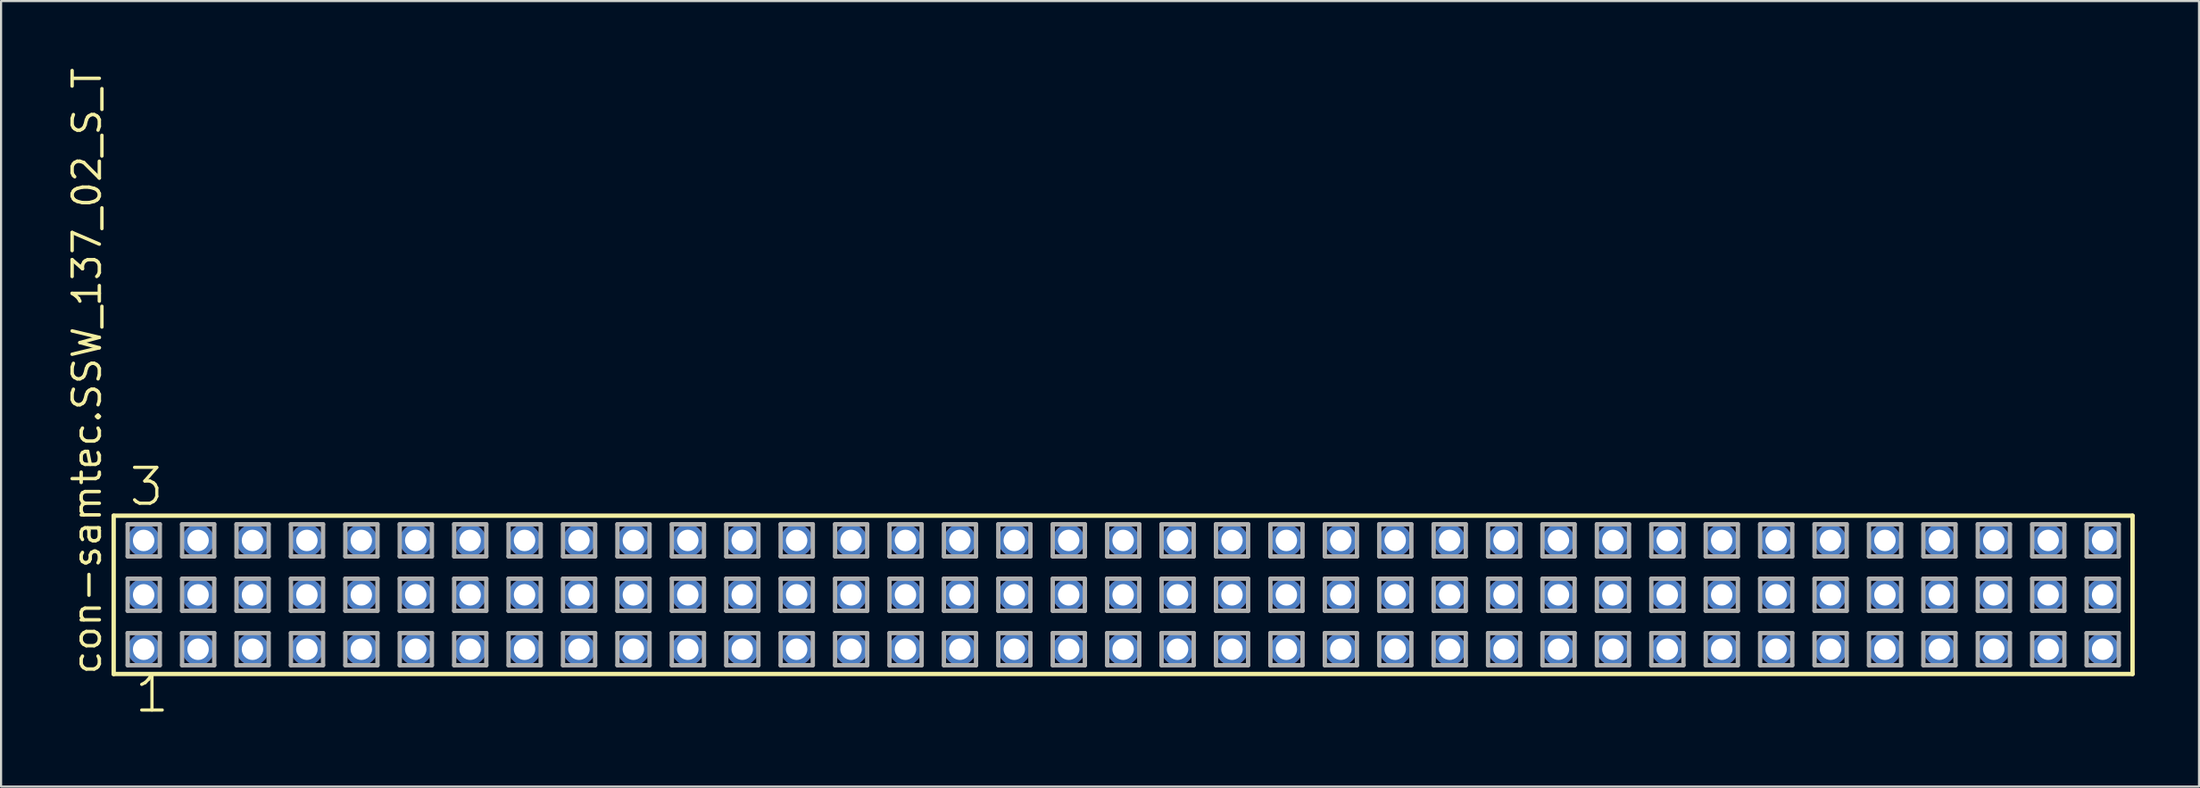
<source format=kicad_pcb>
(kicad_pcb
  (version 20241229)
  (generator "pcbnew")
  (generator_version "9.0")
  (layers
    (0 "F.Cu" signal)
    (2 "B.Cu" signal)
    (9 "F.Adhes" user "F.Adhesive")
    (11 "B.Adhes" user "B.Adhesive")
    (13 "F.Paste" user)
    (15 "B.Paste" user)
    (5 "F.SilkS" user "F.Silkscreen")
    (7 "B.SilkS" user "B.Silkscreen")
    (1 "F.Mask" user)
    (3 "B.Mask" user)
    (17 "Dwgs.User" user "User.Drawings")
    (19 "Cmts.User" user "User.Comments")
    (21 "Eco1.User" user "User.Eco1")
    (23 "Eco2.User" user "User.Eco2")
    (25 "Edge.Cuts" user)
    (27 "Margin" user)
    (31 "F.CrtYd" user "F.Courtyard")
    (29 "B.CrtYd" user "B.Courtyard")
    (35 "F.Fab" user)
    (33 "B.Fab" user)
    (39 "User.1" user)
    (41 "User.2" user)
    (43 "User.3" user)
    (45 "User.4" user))
  (footprint "con-samtec.SSW_137_02_S_T"
    (layer "F.Cu")
    (at 49.375 24.719)
    (property "Reference" "con-samtec.SSW_137_02_S_T" (at -47.625 3.81 90) (layer "F.SilkS") (effects (font (size 1.27 1.27) (thickness 0.16)) (justify left bottom)))
    (attr through_hole)
    (fp_line (start -47.119 -3.695) (end 47.119 -3.695) (stroke (width 0.203) (type default)) (layer "F.SilkS"))
    (fp_line (start -47.119 3.695) (end -47.119 -3.695) (stroke (width 0.203) (type default)) (layer "F.SilkS"))
    (fp_line (start 47.119 -3.695) (end 47.119 3.695) (stroke (width 0.203) (type default)) (layer "F.SilkS"))
    (fp_line (start 47.119 3.695) (end -47.119 3.695) (stroke (width 0.203) (type default)) (layer "F.SilkS"))
    (fp_line (start -46.465 -3.295) (end -44.965 -3.295) (stroke (width 0.203) (type default)) (layer "F.Fab"))
    (fp_line (start -46.465 -1.795) (end -46.465 -3.295) (stroke (width 0.203) (type default)) (layer "F.Fab"))
    (fp_line (start -46.465 -0.755) (end -44.965 -0.755) (stroke (width 0.203) (type default)) (layer "F.Fab"))
    (fp_line (start -46.465 0.745) (end -46.465 -0.755) (stroke (width 0.203) (type default)) (layer "F.Fab"))
    (fp_line (start -46.465 1.785) (end -44.965 1.785) (stroke (width 0.203) (type default)) (layer "F.Fab"))
    (fp_line (start -46.465 3.285) (end -46.465 1.785) (stroke (width 0.203) (type default)) (layer "F.Fab"))
    (fp_line (start -44.965 -3.295) (end -44.965 -1.795) (stroke (width 0.203) (type default)) (layer "F.Fab"))
    (fp_line (start -44.965 -1.795) (end -46.465 -1.795) (stroke (width 0.203) (type default)) (layer "F.Fab"))
    (fp_line (start -44.965 -0.755) (end -44.965 0.745) (stroke (width 0.203) (type default)) (layer "F.Fab"))
    (fp_line (start -44.965 0.745) (end -46.465 0.745) (stroke (width 0.203) (type default)) (layer "F.Fab"))
    (fp_line (start -44.965 1.785) (end -44.965 3.285) (stroke (width 0.203) (type default)) (layer "F.Fab"))
    (fp_line (start -44.965 3.285) (end -46.465 3.285) (stroke (width 0.203) (type default)) (layer "F.Fab"))
    (fp_line (start -43.925 -3.295) (end -42.425 -3.295) (stroke (width 0.203) (type default)) (layer "F.Fab"))
    (fp_line (start -43.925 -1.795) (end -43.925 -3.295) (stroke (width 0.203) (type default)) (layer "F.Fab"))
    (fp_line (start -43.925 -0.755) (end -42.425 -0.755) (stroke (width 0.203) (type default)) (layer "F.Fab"))
    (fp_line (start -43.925 0.745) (end -43.925 -0.755) (stroke (width 0.203) (type default)) (layer "F.Fab"))
    (fp_line (start -43.925 1.785) (end -42.425 1.785) (stroke (width 0.203) (type default)) (layer "F.Fab"))
    (fp_line (start -43.925 3.285) (end -43.925 1.785) (stroke (width 0.203) (type default)) (layer "F.Fab"))
    (fp_line (start -42.425 -3.295) (end -42.425 -1.795) (stroke (width 0.203) (type default)) (layer "F.Fab"))
    (fp_line (start -42.425 -1.795) (end -43.925 -1.795) (stroke (width 0.203) (type default)) (layer "F.Fab"))
    (fp_line (start -42.425 -0.755) (end -42.425 0.745) (stroke (width 0.203) (type default)) (layer "F.Fab"))
    (fp_line (start -42.425 0.745) (end -43.925 0.745) (stroke (width 0.203) (type default)) (layer "F.Fab"))
    (fp_line (start -42.425 1.785) (end -42.425 3.285) (stroke (width 0.203) (type default)) (layer "F.Fab"))
    (fp_line (start -42.425 3.285) (end -43.925 3.285) (stroke (width 0.203) (type default)) (layer "F.Fab"))
    (fp_line (start -41.385 -3.295) (end -39.885 -3.295) (stroke (width 0.203) (type default)) (layer "F.Fab"))
    (fp_line (start -41.385 -1.795) (end -41.385 -3.295) (stroke (width 0.203) (type default)) (layer "F.Fab"))
    (fp_line (start -41.385 -0.755) (end -39.885 -0.755) (stroke (width 0.203) (type default)) (layer "F.Fab"))
    (fp_line (start -41.385 0.745) (end -41.385 -0.755) (stroke (width 0.203) (type default)) (layer "F.Fab"))
    (fp_line (start -41.385 1.785) (end -39.885 1.785) (stroke (width 0.203) (type default)) (layer "F.Fab"))
    (fp_line (start -41.385 3.285) (end -41.385 1.785) (stroke (width 0.203) (type default)) (layer "F.Fab"))
    (fp_line (start -39.885 -3.295) (end -39.885 -1.795) (stroke (width 0.203) (type default)) (layer "F.Fab"))
    (fp_line (start -39.885 -1.795) (end -41.385 -1.795) (stroke (width 0.203) (type default)) (layer "F.Fab"))
    (fp_line (start -39.885 -0.755) (end -39.885 0.745) (stroke (width 0.203) (type default)) (layer "F.Fab"))
    (fp_line (start -39.885 0.745) (end -41.385 0.745) (stroke (width 0.203) (type default)) (layer "F.Fab"))
    (fp_line (start -39.885 1.785) (end -39.885 3.285) (stroke (width 0.203) (type default)) (layer "F.Fab"))
    (fp_line (start -39.885 3.285) (end -41.385 3.285) (stroke (width 0.203) (type default)) (layer "F.Fab"))
    (fp_line (start -38.845 -3.295) (end -37.345 -3.295) (stroke (width 0.203) (type default)) (layer "F.Fab"))
    (fp_line (start -38.845 -1.795) (end -38.845 -3.295) (stroke (width 0.203) (type default)) (layer "F.Fab"))
    (fp_line (start -38.845 -0.755) (end -37.345 -0.755) (stroke (width 0.203) (type default)) (layer "F.Fab"))
    (fp_line (start -38.845 0.745) (end -38.845 -0.755) (stroke (width 0.203) (type default)) (layer "F.Fab"))
    (fp_line (start -38.845 1.785) (end -37.345 1.785) (stroke (width 0.203) (type default)) (layer "F.Fab"))
    (fp_line (start -38.845 3.285) (end -38.845 1.785) (stroke (width 0.203) (type default)) (layer "F.Fab"))
    (fp_line (start -37.345 -3.295) (end -37.345 -1.795) (stroke (width 0.203) (type default)) (layer "F.Fab"))
    (fp_line (start -37.345 -1.795) (end -38.845 -1.795) (stroke (width 0.203) (type default)) (layer "F.Fab"))
    (fp_line (start -37.345 -0.755) (end -37.345 0.745) (stroke (width 0.203) (type default)) (layer "F.Fab"))
    (fp_line (start -37.345 0.745) (end -38.845 0.745) (stroke (width 0.203) (type default)) (layer "F.Fab"))
    (fp_line (start -37.345 1.785) (end -37.345 3.285) (stroke (width 0.203) (type default)) (layer "F.Fab"))
    (fp_line (start -37.345 3.285) (end -38.845 3.285) (stroke (width 0.203) (type default)) (layer "F.Fab"))
    (fp_line (start -36.305 -3.295) (end -34.805 -3.295) (stroke (width 0.203) (type default)) (layer "F.Fab"))
    (fp_line (start -36.305 -1.795) (end -36.305 -3.295) (stroke (width 0.203) (type default)) (layer "F.Fab"))
    (fp_line (start -36.305 -0.755) (end -34.805 -0.755) (stroke (width 0.203) (type default)) (layer "F.Fab"))
    (fp_line (start -36.305 0.745) (end -36.305 -0.755) (stroke (width 0.203) (type default)) (layer "F.Fab"))
    (fp_line (start -36.305 1.785) (end -34.805 1.785) (stroke (width 0.203) (type default)) (layer "F.Fab"))
    (fp_line (start -36.305 3.285) (end -36.305 1.785) (stroke (width 0.203) (type default)) (layer "F.Fab"))
    (fp_line (start -34.805 -3.295) (end -34.805 -1.795) (stroke (width 0.203) (type default)) (layer "F.Fab"))
    (fp_line (start -34.805 -1.795) (end -36.305 -1.795) (stroke (width 0.203) (type default)) (layer "F.Fab"))
    (fp_line (start -34.805 -0.755) (end -34.805 0.745) (stroke (width 0.203) (type default)) (layer "F.Fab"))
    (fp_line (start -34.805 0.745) (end -36.305 0.745) (stroke (width 0.203) (type default)) (layer "F.Fab"))
    (fp_line (start -34.805 1.785) (end -34.805 3.285) (stroke (width 0.203) (type default)) (layer "F.Fab"))
    (fp_line (start -34.805 3.285) (end -36.305 3.285) (stroke (width 0.203) (type default)) (layer "F.Fab"))
    (fp_line (start -33.765 -3.295) (end -32.265 -3.295) (stroke (width 0.203) (type default)) (layer "F.Fab"))
    (fp_line (start -33.765 -1.795) (end -33.765 -3.295) (stroke (width 0.203) (type default)) (layer "F.Fab"))
    (fp_line (start -33.765 -0.755) (end -32.265 -0.755) (stroke (width 0.203) (type default)) (layer "F.Fab"))
    (fp_line (start -33.765 0.745) (end -33.765 -0.755) (stroke (width 0.203) (type default)) (layer "F.Fab"))
    (fp_line (start -33.765 1.785) (end -32.265 1.785) (stroke (width 0.203) (type default)) (layer "F.Fab"))
    (fp_line (start -33.765 3.285) (end -33.765 1.785) (stroke (width 0.203) (type default)) (layer "F.Fab"))
    (fp_line (start -32.265 -3.295) (end -32.265 -1.795) (stroke (width 0.203) (type default)) (layer "F.Fab"))
    (fp_line (start -32.265 -1.795) (end -33.765 -1.795) (stroke (width 0.203) (type default)) (layer "F.Fab"))
    (fp_line (start -32.265 -0.755) (end -32.265 0.745) (stroke (width 0.203) (type default)) (layer "F.Fab"))
    (fp_line (start -32.265 0.745) (end -33.765 0.745) (stroke (width 0.203) (type default)) (layer "F.Fab"))
    (fp_line (start -32.265 1.785) (end -32.265 3.285) (stroke (width 0.203) (type default)) (layer "F.Fab"))
    (fp_line (start -32.265 3.285) (end -33.765 3.285) (stroke (width 0.203) (type default)) (layer "F.Fab"))
    (fp_line (start -31.225 -3.295) (end -29.725 -3.295) (stroke (width 0.203) (type default)) (layer "F.Fab"))
    (fp_line (start -31.225 -1.795) (end -31.225 -3.295) (stroke (width 0.203) (type default)) (layer "F.Fab"))
    (fp_line (start -31.225 -0.755) (end -29.725 -0.755) (stroke (width 0.203) (type default)) (layer "F.Fab"))
    (fp_line (start -31.225 0.745) (end -31.225 -0.755) (stroke (width 0.203) (type default)) (layer "F.Fab"))
    (fp_line (start -31.225 1.785) (end -29.725 1.785) (stroke (width 0.203) (type default)) (layer "F.Fab"))
    (fp_line (start -31.225 3.285) (end -31.225 1.785) (stroke (width 0.203) (type default)) (layer "F.Fab"))
    (fp_line (start -29.725 -3.295) (end -29.725 -1.795) (stroke (width 0.203) (type default)) (layer "F.Fab"))
    (fp_line (start -29.725 -1.795) (end -31.225 -1.795) (stroke (width 0.203) (type default)) (layer "F.Fab"))
    (fp_line (start -29.725 -0.755) (end -29.725 0.745) (stroke (width 0.203) (type default)) (layer "F.Fab"))
    (fp_line (start -29.725 0.745) (end -31.225 0.745) (stroke (width 0.203) (type default)) (layer "F.Fab"))
    (fp_line (start -29.725 1.785) (end -29.725 3.285) (stroke (width 0.203) (type default)) (layer "F.Fab"))
    (fp_line (start -29.725 3.285) (end -31.225 3.285) (stroke (width 0.203) (type default)) (layer "F.Fab"))
    (fp_line (start -28.685 -3.295) (end -27.185 -3.295) (stroke (width 0.203) (type default)) (layer "F.Fab"))
    (fp_line (start -28.685 -1.795) (end -28.685 -3.295) (stroke (width 0.203) (type default)) (layer "F.Fab"))
    (fp_line (start -28.685 -0.755) (end -27.185 -0.755) (stroke (width 0.203) (type default)) (layer "F.Fab"))
    (fp_line (start -28.685 0.745) (end -28.685 -0.755) (stroke (width 0.203) (type default)) (layer "F.Fab"))
    (fp_line (start -28.685 1.785) (end -27.185 1.785) (stroke (width 0.203) (type default)) (layer "F.Fab"))
    (fp_line (start -28.685 3.285) (end -28.685 1.785) (stroke (width 0.203) (type default)) (layer "F.Fab"))
    (fp_line (start -27.185 -3.295) (end -27.185 -1.795) (stroke (width 0.203) (type default)) (layer "F.Fab"))
    (fp_line (start -27.185 -1.795) (end -28.685 -1.795) (stroke (width 0.203) (type default)) (layer "F.Fab"))
    (fp_line (start -27.185 -0.755) (end -27.185 0.745) (stroke (width 0.203) (type default)) (layer "F.Fab"))
    (fp_line (start -27.185 0.745) (end -28.685 0.745) (stroke (width 0.203) (type default)) (layer "F.Fab"))
    (fp_line (start -27.185 1.785) (end -27.185 3.285) (stroke (width 0.203) (type default)) (layer "F.Fab"))
    (fp_line (start -27.185 3.285) (end -28.685 3.285) (stroke (width 0.203) (type default)) (layer "F.Fab"))
    (fp_line (start -26.145 -3.295) (end -24.645 -3.295) (stroke (width 0.203) (type default)) (layer "F.Fab"))
    (fp_line (start -26.145 -1.795) (end -26.145 -3.295) (stroke (width 0.203) (type default)) (layer "F.Fab"))
    (fp_line (start -26.145 -0.755) (end -24.645 -0.755) (stroke (width 0.203) (type default)) (layer "F.Fab"))
    (fp_line (start -26.145 0.745) (end -26.145 -0.755) (stroke (width 0.203) (type default)) (layer "F.Fab"))
    (fp_line (start -26.145 1.785) (end -24.645 1.785) (stroke (width 0.203) (type default)) (layer "F.Fab"))
    (fp_line (start -26.145 3.285) (end -26.145 1.785) (stroke (width 0.203) (type default)) (layer "F.Fab"))
    (fp_line (start -24.645 -3.295) (end -24.645 -1.795) (stroke (width 0.203) (type default)) (layer "F.Fab"))
    (fp_line (start -24.645 -1.795) (end -26.145 -1.795) (stroke (width 0.203) (type default)) (layer "F.Fab"))
    (fp_line (start -24.645 -0.755) (end -24.645 0.745) (stroke (width 0.203) (type default)) (layer "F.Fab"))
    (fp_line (start -24.645 0.745) (end -26.145 0.745) (stroke (width 0.203) (type default)) (layer "F.Fab"))
    (fp_line (start -24.645 1.785) (end -24.645 3.285) (stroke (width 0.203) (type default)) (layer "F.Fab"))
    (fp_line (start -24.645 3.285) (end -26.145 3.285) (stroke (width 0.203) (type default)) (layer "F.Fab"))
    (fp_line (start -23.605 -3.295) (end -22.105 -3.295) (stroke (width 0.203) (type default)) (layer "F.Fab"))
    (fp_line (start -23.605 -1.795) (end -23.605 -3.295) (stroke (width 0.203) (type default)) (layer "F.Fab"))
    (fp_line (start -23.605 -0.755) (end -22.105 -0.755) (stroke (width 0.203) (type default)) (layer "F.Fab"))
    (fp_line (start -23.605 0.745) (end -23.605 -0.755) (stroke (width 0.203) (type default)) (layer "F.Fab"))
    (fp_line (start -23.605 1.785) (end -22.105 1.785) (stroke (width 0.203) (type default)) (layer "F.Fab"))
    (fp_line (start -23.605 3.285) (end -23.605 1.785) (stroke (width 0.203) (type default)) (layer "F.Fab"))
    (fp_line (start -22.105 -3.295) (end -22.105 -1.795) (stroke (width 0.203) (type default)) (layer "F.Fab"))
    (fp_line (start -22.105 -1.795) (end -23.605 -1.795) (stroke (width 0.203) (type default)) (layer "F.Fab"))
    (fp_line (start -22.105 -0.755) (end -22.105 0.745) (stroke (width 0.203) (type default)) (layer "F.Fab"))
    (fp_line (start -22.105 0.745) (end -23.605 0.745) (stroke (width 0.203) (type default)) (layer "F.Fab"))
    (fp_line (start -22.105 1.785) (end -22.105 3.285) (stroke (width 0.203) (type default)) (layer "F.Fab"))
    (fp_line (start -22.105 3.285) (end -23.605 3.285) (stroke (width 0.203) (type default)) (layer "F.Fab"))
    (fp_line (start -21.065 -3.295) (end -19.565 -3.295) (stroke (width 0.203) (type default)) (layer "F.Fab"))
    (fp_line (start -21.065 -1.795) (end -21.065 -3.295) (stroke (width 0.203) (type default)) (layer "F.Fab"))
    (fp_line (start -21.065 -0.755) (end -19.565 -0.755) (stroke (width 0.203) (type default)) (layer "F.Fab"))
    (fp_line (start -21.065 0.745) (end -21.065 -0.755) (stroke (width 0.203) (type default)) (layer "F.Fab"))
    (fp_line (start -21.065 1.785) (end -19.565 1.785) (stroke (width 0.203) (type default)) (layer "F.Fab"))
    (fp_line (start -21.065 3.285) (end -21.065 1.785) (stroke (width 0.203) (type default)) (layer "F.Fab"))
    (fp_line (start -19.565 -3.295) (end -19.565 -1.795) (stroke (width 0.203) (type default)) (layer "F.Fab"))
    (fp_line (start -19.565 -1.795) (end -21.065 -1.795) (stroke (width 0.203) (type default)) (layer "F.Fab"))
    (fp_line (start -19.565 -0.755) (end -19.565 0.745) (stroke (width 0.203) (type default)) (layer "F.Fab"))
    (fp_line (start -19.565 0.745) (end -21.065 0.745) (stroke (width 0.203) (type default)) (layer "F.Fab"))
    (fp_line (start -19.565 1.785) (end -19.565 3.285) (stroke (width 0.203) (type default)) (layer "F.Fab"))
    (fp_line (start -19.565 3.285) (end -21.065 3.285) (stroke (width 0.203) (type default)) (layer "F.Fab"))
    (fp_line (start -18.525 -3.295) (end -17.025 -3.295) (stroke (width 0.203) (type default)) (layer "F.Fab"))
    (fp_line (start -18.525 -1.795) (end -18.525 -3.295) (stroke (width 0.203) (type default)) (layer "F.Fab"))
    (fp_line (start -18.525 -0.755) (end -17.025 -0.755) (stroke (width 0.203) (type default)) (layer "F.Fab"))
    (fp_line (start -18.525 0.745) (end -18.525 -0.755) (stroke (width 0.203) (type default)) (layer "F.Fab"))
    (fp_line (start -18.525 1.785) (end -17.025 1.785) (stroke (width 0.203) (type default)) (layer "F.Fab"))
    (fp_line (start -18.525 3.285) (end -18.525 1.785) (stroke (width 0.203) (type default)) (layer "F.Fab"))
    (fp_line (start -17.025 -3.295) (end -17.025 -1.795) (stroke (width 0.203) (type default)) (layer "F.Fab"))
    (fp_line (start -17.025 -1.795) (end -18.525 -1.795) (stroke (width 0.203) (type default)) (layer "F.Fab"))
    (fp_line (start -17.025 -0.755) (end -17.025 0.745) (stroke (width 0.203) (type default)) (layer "F.Fab"))
    (fp_line (start -17.025 0.745) (end -18.525 0.745) (stroke (width 0.203) (type default)) (layer "F.Fab"))
    (fp_line (start -17.025 1.785) (end -17.025 3.285) (stroke (width 0.203) (type default)) (layer "F.Fab"))
    (fp_line (start -17.025 3.285) (end -18.525 3.285) (stroke (width 0.203) (type default)) (layer "F.Fab"))
    (fp_line (start -15.985 -3.295) (end -14.485 -3.295) (stroke (width 0.203) (type default)) (layer "F.Fab"))
    (fp_line (start -15.985 -1.795) (end -15.985 -3.295) (stroke (width 0.203) (type default)) (layer "F.Fab"))
    (fp_line (start -15.985 -0.755) (end -14.485 -0.755) (stroke (width 0.203) (type default)) (layer "F.Fab"))
    (fp_line (start -15.985 0.745) (end -15.985 -0.755) (stroke (width 0.203) (type default)) (layer "F.Fab"))
    (fp_line (start -15.985 1.785) (end -14.485 1.785) (stroke (width 0.203) (type default)) (layer "F.Fab"))
    (fp_line (start -15.985 3.285) (end -15.985 1.785) (stroke (width 0.203) (type default)) (layer "F.Fab"))
    (fp_line (start -14.485 -3.295) (end -14.485 -1.795) (stroke (width 0.203) (type default)) (layer "F.Fab"))
    (fp_line (start -14.485 -1.795) (end -15.985 -1.795) (stroke (width 0.203) (type default)) (layer "F.Fab"))
    (fp_line (start -14.485 -0.755) (end -14.485 0.745) (stroke (width 0.203) (type default)) (layer "F.Fab"))
    (fp_line (start -14.485 0.745) (end -15.985 0.745) (stroke (width 0.203) (type default)) (layer "F.Fab"))
    (fp_line (start -14.485 1.785) (end -14.485 3.285) (stroke (width 0.203) (type default)) (layer "F.Fab"))
    (fp_line (start -14.485 3.285) (end -15.985 3.285) (stroke (width 0.203) (type default)) (layer "F.Fab"))
    (fp_line (start -13.445 -3.295) (end -11.945 -3.295) (stroke (width 0.203) (type default)) (layer "F.Fab"))
    (fp_line (start -13.445 -1.795) (end -13.445 -3.295) (stroke (width 0.203) (type default)) (layer "F.Fab"))
    (fp_line (start -13.445 -0.755) (end -11.945 -0.755) (stroke (width 0.203) (type default)) (layer "F.Fab"))
    (fp_line (start -13.445 0.745) (end -13.445 -0.755) (stroke (width 0.203) (type default)) (layer "F.Fab"))
    (fp_line (start -13.445 1.785) (end -11.945 1.785) (stroke (width 0.203) (type default)) (layer "F.Fab"))
    (fp_line (start -13.445 3.285) (end -13.445 1.785) (stroke (width 0.203) (type default)) (layer "F.Fab"))
    (fp_line (start -11.945 -3.295) (end -11.945 -1.795) (stroke (width 0.203) (type default)) (layer "F.Fab"))
    (fp_line (start -11.945 -1.795) (end -13.445 -1.795) (stroke (width 0.203) (type default)) (layer "F.Fab"))
    (fp_line (start -11.945 -0.755) (end -11.945 0.745) (stroke (width 0.203) (type default)) (layer "F.Fab"))
    (fp_line (start -11.945 0.745) (end -13.445 0.745) (stroke (width 0.203) (type default)) (layer "F.Fab"))
    (fp_line (start -11.945 1.785) (end -11.945 3.285) (stroke (width 0.203) (type default)) (layer "F.Fab"))
    (fp_line (start -11.945 3.285) (end -13.445 3.285) (stroke (width 0.203) (type default)) (layer "F.Fab"))
    (fp_line (start -10.905 -3.295) (end -9.405 -3.295) (stroke (width 0.203) (type default)) (layer "F.Fab"))
    (fp_line (start -10.905 -1.795) (end -10.905 -3.295) (stroke (width 0.203) (type default)) (layer "F.Fab"))
    (fp_line (start -10.905 -0.755) (end -9.405 -0.755) (stroke (width 0.203) (type default)) (layer "F.Fab"))
    (fp_line (start -10.905 0.745) (end -10.905 -0.755) (stroke (width 0.203) (type default)) (layer "F.Fab"))
    (fp_line (start -10.905 1.785) (end -9.405 1.785) (stroke (width 0.203) (type default)) (layer "F.Fab"))
    (fp_line (start -10.905 3.285) (end -10.905 1.785) (stroke (width 0.203) (type default)) (layer "F.Fab"))
    (fp_line (start -9.405 -3.295) (end -9.405 -1.795) (stroke (width 0.203) (type default)) (layer "F.Fab"))
    (fp_line (start -9.405 -1.795) (end -10.905 -1.795) (stroke (width 0.203) (type default)) (layer "F.Fab"))
    (fp_line (start -9.405 -0.755) (end -9.405 0.745) (stroke (width 0.203) (type default)) (layer "F.Fab"))
    (fp_line (start -9.405 0.745) (end -10.905 0.745) (stroke (width 0.203) (type default)) (layer "F.Fab"))
    (fp_line (start -9.405 1.785) (end -9.405 3.285) (stroke (width 0.203) (type default)) (layer "F.Fab"))
    (fp_line (start -9.405 3.285) (end -10.905 3.285) (stroke (width 0.203) (type default)) (layer "F.Fab"))
    (fp_line (start -8.365 -3.295) (end -6.865 -3.295) (stroke (width 0.203) (type default)) (layer "F.Fab"))
    (fp_line (start -8.365 -1.795) (end -8.365 -3.295) (stroke (width 0.203) (type default)) (layer "F.Fab"))
    (fp_line (start -8.365 -0.755) (end -6.865 -0.755) (stroke (width 0.203) (type default)) (layer "F.Fab"))
    (fp_line (start -8.365 0.745) (end -8.365 -0.755) (stroke (width 0.203) (type default)) (layer "F.Fab"))
    (fp_line (start -8.365 1.785) (end -6.865 1.785) (stroke (width 0.203) (type default)) (layer "F.Fab"))
    (fp_line (start -8.365 3.285) (end -8.365 1.785) (stroke (width 0.203) (type default)) (layer "F.Fab"))
    (fp_line (start -6.865 -3.295) (end -6.865 -1.795) (stroke (width 0.203) (type default)) (layer "F.Fab"))
    (fp_line (start -6.865 -1.795) (end -8.365 -1.795) (stroke (width 0.203) (type default)) (layer "F.Fab"))
    (fp_line (start -6.865 -0.755) (end -6.865 0.745) (stroke (width 0.203) (type default)) (layer "F.Fab"))
    (fp_line (start -6.865 0.745) (end -8.365 0.745) (stroke (width 0.203) (type default)) (layer "F.Fab"))
    (fp_line (start -6.865 1.785) (end -6.865 3.285) (stroke (width 0.203) (type default)) (layer "F.Fab"))
    (fp_line (start -6.865 3.285) (end -8.365 3.285) (stroke (width 0.203) (type default)) (layer "F.Fab"))
    (fp_line (start -5.825 -3.295) (end -4.325 -3.295) (stroke (width 0.203) (type default)) (layer "F.Fab"))
    (fp_line (start -5.825 -1.795) (end -5.825 -3.295) (stroke (width 0.203) (type default)) (layer "F.Fab"))
    (fp_line (start -5.825 -0.755) (end -4.325 -0.755) (stroke (width 0.203) (type default)) (layer "F.Fab"))
    (fp_line (start -5.825 0.745) (end -5.825 -0.755) (stroke (width 0.203) (type default)) (layer "F.Fab"))
    (fp_line (start -5.825 1.785) (end -4.325 1.785) (stroke (width 0.203) (type default)) (layer "F.Fab"))
    (fp_line (start -5.825 3.285) (end -5.825 1.785) (stroke (width 0.203) (type default)) (layer "F.Fab"))
    (fp_line (start -4.325 -3.295) (end -4.325 -1.795) (stroke (width 0.203) (type default)) (layer "F.Fab"))
    (fp_line (start -4.325 -1.795) (end -5.825 -1.795) (stroke (width 0.203) (type default)) (layer "F.Fab"))
    (fp_line (start -4.325 -0.755) (end -4.325 0.745) (stroke (width 0.203) (type default)) (layer "F.Fab"))
    (fp_line (start -4.325 0.745) (end -5.825 0.745) (stroke (width 0.203) (type default)) (layer "F.Fab"))
    (fp_line (start -4.325 1.785) (end -4.325 3.285) (stroke (width 0.203) (type default)) (layer "F.Fab"))
    (fp_line (start -4.325 3.285) (end -5.825 3.285) (stroke (width 0.203) (type default)) (layer "F.Fab"))
    (fp_line (start -3.285 -3.295) (end -1.785 -3.295) (stroke (width 0.203) (type default)) (layer "F.Fab"))
    (fp_line (start -3.285 -1.795) (end -3.285 -3.295) (stroke (width 0.203) (type default)) (layer "F.Fab"))
    (fp_line (start -3.285 -0.755) (end -1.785 -0.755) (stroke (width 0.203) (type default)) (layer "F.Fab"))
    (fp_line (start -3.285 0.745) (end -3.285 -0.755) (stroke (width 0.203) (type default)) (layer "F.Fab"))
    (fp_line (start -3.285 1.785) (end -1.785 1.785) (stroke (width 0.203) (type default)) (layer "F.Fab"))
    (fp_line (start -3.285 3.285) (end -3.285 1.785) (stroke (width 0.203) (type default)) (layer "F.Fab"))
    (fp_line (start -1.785 -3.295) (end -1.785 -1.795) (stroke (width 0.203) (type default)) (layer "F.Fab"))
    (fp_line (start -1.785 -1.795) (end -3.285 -1.795) (stroke (width 0.203) (type default)) (layer "F.Fab"))
    (fp_line (start -1.785 -0.755) (end -1.785 0.745) (stroke (width 0.203) (type default)) (layer "F.Fab"))
    (fp_line (start -1.785 0.745) (end -3.285 0.745) (stroke (width 0.203) (type default)) (layer "F.Fab"))
    (fp_line (start -1.785 1.785) (end -1.785 3.285) (stroke (width 0.203) (type default)) (layer "F.Fab"))
    (fp_line (start -1.785 3.285) (end -3.285 3.285) (stroke (width 0.203) (type default)) (layer "F.Fab"))
    (fp_line (start -0.745 -3.295) (end 0.755 -3.295) (stroke (width 0.203) (type default)) (layer "F.Fab"))
    (fp_line (start -0.745 -1.795) (end -0.745 -3.295) (stroke (width 0.203) (type default)) (layer "F.Fab"))
    (fp_line (start -0.745 -0.755) (end 0.755 -0.755) (stroke (width 0.203) (type default)) (layer "F.Fab"))
    (fp_line (start -0.745 0.745) (end -0.745 -0.755) (stroke (width 0.203) (type default)) (layer "F.Fab"))
    (fp_line (start -0.745 1.785) (end 0.755 1.785) (stroke (width 0.203) (type default)) (layer "F.Fab"))
    (fp_line (start -0.745 3.285) (end -0.745 1.785) (stroke (width 0.203) (type default)) (layer "F.Fab"))
    (fp_line (start 0.755 -3.295) (end 0.755 -1.795) (stroke (width 0.203) (type default)) (layer "F.Fab"))
    (fp_line (start 0.755 -1.795) (end -0.745 -1.795) (stroke (width 0.203) (type default)) (layer "F.Fab"))
    (fp_line (start 0.755 -0.755) (end 0.755 0.745) (stroke (width 0.203) (type default)) (layer "F.Fab"))
    (fp_line (start 0.755 0.745) (end -0.745 0.745) (stroke (width 0.203) (type default)) (layer "F.Fab"))
    (fp_line (start 0.755 1.785) (end 0.755 3.285) (stroke (width 0.203) (type default)) (layer "F.Fab"))
    (fp_line (start 0.755 3.285) (end -0.745 3.285) (stroke (width 0.203) (type default)) (layer "F.Fab"))
    (fp_line (start 1.795 -3.295) (end 3.295 -3.295) (stroke (width 0.203) (type default)) (layer "F.Fab"))
    (fp_line (start 1.795 -1.795) (end 1.795 -3.295) (stroke (width 0.203) (type default)) (layer "F.Fab"))
    (fp_line (start 1.795 -0.755) (end 3.295 -0.755) (stroke (width 0.203) (type default)) (layer "F.Fab"))
    (fp_line (start 1.795 0.745) (end 1.795 -0.755) (stroke (width 0.203) (type default)) (layer "F.Fab"))
    (fp_line (start 1.795 1.785) (end 3.295 1.785) (stroke (width 0.203) (type default)) (layer "F.Fab"))
    (fp_line (start 1.795 3.285) (end 1.795 1.785) (stroke (width 0.203) (type default)) (layer "F.Fab"))
    (fp_line (start 3.295 -3.295) (end 3.295 -1.795) (stroke (width 0.203) (type default)) (layer "F.Fab"))
    (fp_line (start 3.295 -1.795) (end 1.795 -1.795) (stroke (width 0.203) (type default)) (layer "F.Fab"))
    (fp_line (start 3.295 -0.755) (end 3.295 0.745) (stroke (width 0.203) (type default)) (layer "F.Fab"))
    (fp_line (start 3.295 0.745) (end 1.795 0.745) (stroke (width 0.203) (type default)) (layer "F.Fab"))
    (fp_line (start 3.295 1.785) (end 3.295 3.285) (stroke (width 0.203) (type default)) (layer "F.Fab"))
    (fp_line (start 3.295 3.285) (end 1.795 3.285) (stroke (width 0.203) (type default)) (layer "F.Fab"))
    (fp_line (start 4.335 -3.295) (end 5.835 -3.295) (stroke (width 0.203) (type default)) (layer "F.Fab"))
    (fp_line (start 4.335 -1.795) (end 4.335 -3.295) (stroke (width 0.203) (type default)) (layer "F.Fab"))
    (fp_line (start 4.335 -0.755) (end 5.835 -0.755) (stroke (width 0.203) (type default)) (layer "F.Fab"))
    (fp_line (start 4.335 0.745) (end 4.335 -0.755) (stroke (width 0.203) (type default)) (layer "F.Fab"))
    (fp_line (start 4.335 1.785) (end 5.835 1.785) (stroke (width 0.203) (type default)) (layer "F.Fab"))
    (fp_line (start 4.335 3.285) (end 4.335 1.785) (stroke (width 0.203) (type default)) (layer "F.Fab"))
    (fp_line (start 5.835 -3.295) (end 5.835 -1.795) (stroke (width 0.203) (type default)) (layer "F.Fab"))
    (fp_line (start 5.835 -1.795) (end 4.335 -1.795) (stroke (width 0.203) (type default)) (layer "F.Fab"))
    (fp_line (start 5.835 -0.755) (end 5.835 0.745) (stroke (width 0.203) (type default)) (layer "F.Fab"))
    (fp_line (start 5.835 0.745) (end 4.335 0.745) (stroke (width 0.203) (type default)) (layer "F.Fab"))
    (fp_line (start 5.835 1.785) (end 5.835 3.285) (stroke (width 0.203) (type default)) (layer "F.Fab"))
    (fp_line (start 5.835 3.285) (end 4.335 3.285) (stroke (width 0.203) (type default)) (layer "F.Fab"))
    (fp_line (start 6.875 -3.295) (end 8.375 -3.295) (stroke (width 0.203) (type default)) (layer "F.Fab"))
    (fp_line (start 6.875 -1.795) (end 6.875 -3.295) (stroke (width 0.203) (type default)) (layer "F.Fab"))
    (fp_line (start 6.875 -0.755) (end 8.375 -0.755) (stroke (width 0.203) (type default)) (layer "F.Fab"))
    (fp_line (start 6.875 0.745) (end 6.875 -0.755) (stroke (width 0.203) (type default)) (layer "F.Fab"))
    (fp_line (start 6.875 1.785) (end 8.375 1.785) (stroke (width 0.203) (type default)) (layer "F.Fab"))
    (fp_line (start 6.875 3.285) (end 6.875 1.785) (stroke (width 0.203) (type default)) (layer "F.Fab"))
    (fp_line (start 8.375 -3.295) (end 8.375 -1.795) (stroke (width 0.203) (type default)) (layer "F.Fab"))
    (fp_line (start 8.375 -1.795) (end 6.875 -1.795) (stroke (width 0.203) (type default)) (layer "F.Fab"))
    (fp_line (start 8.375 -0.755) (end 8.375 0.745) (stroke (width 0.203) (type default)) (layer "F.Fab"))
    (fp_line (start 8.375 0.745) (end 6.875 0.745) (stroke (width 0.203) (type default)) (layer "F.Fab"))
    (fp_line (start 8.375 1.785) (end 8.375 3.285) (stroke (width 0.203) (type default)) (layer "F.Fab"))
    (fp_line (start 8.375 3.285) (end 6.875 3.285) (stroke (width 0.203) (type default)) (layer "F.Fab"))
    (fp_line (start 9.415 -3.295) (end 10.915 -3.295) (stroke (width 0.203) (type default)) (layer "F.Fab"))
    (fp_line (start 9.415 -1.795) (end 9.415 -3.295) (stroke (width 0.203) (type default)) (layer "F.Fab"))
    (fp_line (start 9.415 -0.755) (end 10.915 -0.755) (stroke (width 0.203) (type default)) (layer "F.Fab"))
    (fp_line (start 9.415 0.745) (end 9.415 -0.755) (stroke (width 0.203) (type default)) (layer "F.Fab"))
    (fp_line (start 9.415 1.785) (end 10.915 1.785) (stroke (width 0.203) (type default)) (layer "F.Fab"))
    (fp_line (start 9.415 3.285) (end 9.415 1.785) (stroke (width 0.203) (type default)) (layer "F.Fab"))
    (fp_line (start 10.915 -3.295) (end 10.915 -1.795) (stroke (width 0.203) (type default)) (layer "F.Fab"))
    (fp_line (start 10.915 -1.795) (end 9.415 -1.795) (stroke (width 0.203) (type default)) (layer "F.Fab"))
    (fp_line (start 10.915 -0.755) (end 10.915 0.745) (stroke (width 0.203) (type default)) (layer "F.Fab"))
    (fp_line (start 10.915 0.745) (end 9.415 0.745) (stroke (width 0.203) (type default)) (layer "F.Fab"))
    (fp_line (start 10.915 1.785) (end 10.915 3.285) (stroke (width 0.203) (type default)) (layer "F.Fab"))
    (fp_line (start 10.915 3.285) (end 9.415 3.285) (stroke (width 0.203) (type default)) (layer "F.Fab"))
    (fp_line (start 11.955 -3.295) (end 13.455 -3.295) (stroke (width 0.203) (type default)) (layer "F.Fab"))
    (fp_line (start 11.955 -1.795) (end 11.955 -3.295) (stroke (width 0.203) (type default)) (layer "F.Fab"))
    (fp_line (start 11.955 -0.755) (end 13.455 -0.755) (stroke (width 0.203) (type default)) (layer "F.Fab"))
    (fp_line (start 11.955 0.745) (end 11.955 -0.755) (stroke (width 0.203) (type default)) (layer "F.Fab"))
    (fp_line (start 11.955 1.785) (end 13.455 1.785) (stroke (width 0.203) (type default)) (layer "F.Fab"))
    (fp_line (start 11.955 3.285) (end 11.955 1.785) (stroke (width 0.203) (type default)) (layer "F.Fab"))
    (fp_line (start 13.455 -3.295) (end 13.455 -1.795) (stroke (width 0.203) (type default)) (layer "F.Fab"))
    (fp_line (start 13.455 -1.795) (end 11.955 -1.795) (stroke (width 0.203) (type default)) (layer "F.Fab"))
    (fp_line (start 13.455 -0.755) (end 13.455 0.745) (stroke (width 0.203) (type default)) (layer "F.Fab"))
    (fp_line (start 13.455 0.745) (end 11.955 0.745) (stroke (width 0.203) (type default)) (layer "F.Fab"))
    (fp_line (start 13.455 1.785) (end 13.455 3.285) (stroke (width 0.203) (type default)) (layer "F.Fab"))
    (fp_line (start 13.455 3.285) (end 11.955 3.285) (stroke (width 0.203) (type default)) (layer "F.Fab"))
    (fp_line (start 14.495 -3.295) (end 15.995 -3.295) (stroke (width 0.203) (type default)) (layer "F.Fab"))
    (fp_line (start 14.495 -1.795) (end 14.495 -3.295) (stroke (width 0.203) (type default)) (layer "F.Fab"))
    (fp_line (start 14.495 -0.755) (end 15.995 -0.755) (stroke (width 0.203) (type default)) (layer "F.Fab"))
    (fp_line (start 14.495 0.745) (end 14.495 -0.755) (stroke (width 0.203) (type default)) (layer "F.Fab"))
    (fp_line (start 14.495 1.785) (end 15.995 1.785) (stroke (width 0.203) (type default)) (layer "F.Fab"))
    (fp_line (start 14.495 3.285) (end 14.495 1.785) (stroke (width 0.203) (type default)) (layer "F.Fab"))
    (fp_line (start 15.995 -3.295) (end 15.995 -1.795) (stroke (width 0.203) (type default)) (layer "F.Fab"))
    (fp_line (start 15.995 -1.795) (end 14.495 -1.795) (stroke (width 0.203) (type default)) (layer "F.Fab"))
    (fp_line (start 15.995 -0.755) (end 15.995 0.745) (stroke (width 0.203) (type default)) (layer "F.Fab"))
    (fp_line (start 15.995 0.745) (end 14.495 0.745) (stroke (width 0.203) (type default)) (layer "F.Fab"))
    (fp_line (start 15.995 1.785) (end 15.995 3.285) (stroke (width 0.203) (type default)) (layer "F.Fab"))
    (fp_line (start 15.995 3.285) (end 14.495 3.285) (stroke (width 0.203) (type default)) (layer "F.Fab"))
    (fp_line (start 17.035 -3.295) (end 18.535 -3.295) (stroke (width 0.203) (type default)) (layer "F.Fab"))
    (fp_line (start 17.035 -1.795) (end 17.035 -3.295) (stroke (width 0.203) (type default)) (layer "F.Fab"))
    (fp_line (start 17.035 -0.755) (end 18.535 -0.755) (stroke (width 0.203) (type default)) (layer "F.Fab"))
    (fp_line (start 17.035 0.745) (end 17.035 -0.755) (stroke (width 0.203) (type default)) (layer "F.Fab"))
    (fp_line (start 17.035 1.785) (end 18.535 1.785) (stroke (width 0.203) (type default)) (layer "F.Fab"))
    (fp_line (start 17.035 3.285) (end 17.035 1.785) (stroke (width 0.203) (type default)) (layer "F.Fab"))
    (fp_line (start 18.535 -3.295) (end 18.535 -1.795) (stroke (width 0.203) (type default)) (layer "F.Fab"))
    (fp_line (start 18.535 -1.795) (end 17.035 -1.795) (stroke (width 0.203) (type default)) (layer "F.Fab"))
    (fp_line (start 18.535 -0.755) (end 18.535 0.745) (stroke (width 0.203) (type default)) (layer "F.Fab"))
    (fp_line (start 18.535 0.745) (end 17.035 0.745) (stroke (width 0.203) (type default)) (layer "F.Fab"))
    (fp_line (start 18.535 1.785) (end 18.535 3.285) (stroke (width 0.203) (type default)) (layer "F.Fab"))
    (fp_line (start 18.535 3.285) (end 17.035 3.285) (stroke (width 0.203) (type default)) (layer "F.Fab"))
    (fp_line (start 19.575 -3.295) (end 21.075 -3.295) (stroke (width 0.203) (type default)) (layer "F.Fab"))
    (fp_line (start 19.575 -1.795) (end 19.575 -3.295) (stroke (width 0.203) (type default)) (layer "F.Fab"))
    (fp_line (start 19.575 -0.755) (end 21.075 -0.755) (stroke (width 0.203) (type default)) (layer "F.Fab"))
    (fp_line (start 19.575 0.745) (end 19.575 -0.755) (stroke (width 0.203) (type default)) (layer "F.Fab"))
    (fp_line (start 19.575 1.785) (end 21.075 1.785) (stroke (width 0.203) (type default)) (layer "F.Fab"))
    (fp_line (start 19.575 3.285) (end 19.575 1.785) (stroke (width 0.203) (type default)) (layer "F.Fab"))
    (fp_line (start 21.075 -3.295) (end 21.075 -1.795) (stroke (width 0.203) (type default)) (layer "F.Fab"))
    (fp_line (start 21.075 -1.795) (end 19.575 -1.795) (stroke (width 0.203) (type default)) (layer "F.Fab"))
    (fp_line (start 21.075 -0.755) (end 21.075 0.745) (stroke (width 0.203) (type default)) (layer "F.Fab"))
    (fp_line (start 21.075 0.745) (end 19.575 0.745) (stroke (width 0.203) (type default)) (layer "F.Fab"))
    (fp_line (start 21.075 1.785) (end 21.075 3.285) (stroke (width 0.203) (type default)) (layer "F.Fab"))
    (fp_line (start 21.075 3.285) (end 19.575 3.285) (stroke (width 0.203) (type default)) (layer "F.Fab"))
    (fp_line (start 22.115 -3.295) (end 23.615 -3.295) (stroke (width 0.203) (type default)) (layer "F.Fab"))
    (fp_line (start 22.115 -1.795) (end 22.115 -3.295) (stroke (width 0.203) (type default)) (layer "F.Fab"))
    (fp_line (start 22.115 -0.755) (end 23.615 -0.755) (stroke (width 0.203) (type default)) (layer "F.Fab"))
    (fp_line (start 22.115 0.745) (end 22.115 -0.755) (stroke (width 0.203) (type default)) (layer "F.Fab"))
    (fp_line (start 22.115 1.785) (end 23.615 1.785) (stroke (width 0.203) (type default)) (layer "F.Fab"))
    (fp_line (start 22.115 3.285) (end 22.115 1.785) (stroke (width 0.203) (type default)) (layer "F.Fab"))
    (fp_line (start 23.615 -3.295) (end 23.615 -1.795) (stroke (width 0.203) (type default)) (layer "F.Fab"))
    (fp_line (start 23.615 -1.795) (end 22.115 -1.795) (stroke (width 0.203) (type default)) (layer "F.Fab"))
    (fp_line (start 23.615 -0.755) (end 23.615 0.745) (stroke (width 0.203) (type default)) (layer "F.Fab"))
    (fp_line (start 23.615 0.745) (end 22.115 0.745) (stroke (width 0.203) (type default)) (layer "F.Fab"))
    (fp_line (start 23.615 1.785) (end 23.615 3.285) (stroke (width 0.203) (type default)) (layer "F.Fab"))
    (fp_line (start 23.615 3.285) (end 22.115 3.285) (stroke (width 0.203) (type default)) (layer "F.Fab"))
    (fp_line (start 24.655 -3.295) (end 26.155 -3.295) (stroke (width 0.203) (type default)) (layer "F.Fab"))
    (fp_line (start 24.655 -1.795) (end 24.655 -3.295) (stroke (width 0.203) (type default)) (layer "F.Fab"))
    (fp_line (start 24.655 -0.755) (end 26.155 -0.755) (stroke (width 0.203) (type default)) (layer "F.Fab"))
    (fp_line (start 24.655 0.745) (end 24.655 -0.755) (stroke (width 0.203) (type default)) (layer "F.Fab"))
    (fp_line (start 24.655 1.785) (end 26.155 1.785) (stroke (width 0.203) (type default)) (layer "F.Fab"))
    (fp_line (start 24.655 3.285) (end 24.655 1.785) (stroke (width 0.203) (type default)) (layer "F.Fab"))
    (fp_line (start 26.155 -3.295) (end 26.155 -1.795) (stroke (width 0.203) (type default)) (layer "F.Fab"))
    (fp_line (start 26.155 -1.795) (end 24.655 -1.795) (stroke (width 0.203) (type default)) (layer "F.Fab"))
    (fp_line (start 26.155 -0.755) (end 26.155 0.745) (stroke (width 0.203) (type default)) (layer "F.Fab"))
    (fp_line (start 26.155 0.745) (end 24.655 0.745) (stroke (width 0.203) (type default)) (layer "F.Fab"))
    (fp_line (start 26.155 1.785) (end 26.155 3.285) (stroke (width 0.203) (type default)) (layer "F.Fab"))
    (fp_line (start 26.155 3.285) (end 24.655 3.285) (stroke (width 0.203) (type default)) (layer "F.Fab"))
    (fp_line (start 27.195 -3.295) (end 28.695 -3.295) (stroke (width 0.203) (type default)) (layer "F.Fab"))
    (fp_line (start 27.195 -1.795) (end 27.195 -3.295) (stroke (width 0.203) (type default)) (layer "F.Fab"))
    (fp_line (start 27.195 -0.755) (end 28.695 -0.755) (stroke (width 0.203) (type default)) (layer "F.Fab"))
    (fp_line (start 27.195 0.745) (end 27.195 -0.755) (stroke (width 0.203) (type default)) (layer "F.Fab"))
    (fp_line (start 27.195 1.785) (end 28.695 1.785) (stroke (width 0.203) (type default)) (layer "F.Fab"))
    (fp_line (start 27.195 3.285) (end 27.195 1.785) (stroke (width 0.203) (type default)) (layer "F.Fab"))
    (fp_line (start 28.695 -3.295) (end 28.695 -1.795) (stroke (width 0.203) (type default)) (layer "F.Fab"))
    (fp_line (start 28.695 -1.795) (end 27.195 -1.795) (stroke (width 0.203) (type default)) (layer "F.Fab"))
    (fp_line (start 28.695 -0.755) (end 28.695 0.745) (stroke (width 0.203) (type default)) (layer "F.Fab"))
    (fp_line (start 28.695 0.745) (end 27.195 0.745) (stroke (width 0.203) (type default)) (layer "F.Fab"))
    (fp_line (start 28.695 1.785) (end 28.695 3.285) (stroke (width 0.203) (type default)) (layer "F.Fab"))
    (fp_line (start 28.695 3.285) (end 27.195 3.285) (stroke (width 0.203) (type default)) (layer "F.Fab"))
    (fp_line (start 29.735 -3.295) (end 31.235 -3.295) (stroke (width 0.203) (type default)) (layer "F.Fab"))
    (fp_line (start 29.735 -1.795) (end 29.735 -3.295) (stroke (width 0.203) (type default)) (layer "F.Fab"))
    (fp_line (start 29.735 -0.755) (end 31.235 -0.755) (stroke (width 0.203) (type default)) (layer "F.Fab"))
    (fp_line (start 29.735 0.745) (end 29.735 -0.755) (stroke (width 0.203) (type default)) (layer "F.Fab"))
    (fp_line (start 29.735 1.785) (end 31.235 1.785) (stroke (width 0.203) (type default)) (layer "F.Fab"))
    (fp_line (start 29.735 3.285) (end 29.735 1.785) (stroke (width 0.203) (type default)) (layer "F.Fab"))
    (fp_line (start 31.235 -3.295) (end 31.235 -1.795) (stroke (width 0.203) (type default)) (layer "F.Fab"))
    (fp_line (start 31.235 -1.795) (end 29.735 -1.795) (stroke (width 0.203) (type default)) (layer "F.Fab"))
    (fp_line (start 31.235 -0.755) (end 31.235 0.745) (stroke (width 0.203) (type default)) (layer "F.Fab"))
    (fp_line (start 31.235 0.745) (end 29.735 0.745) (stroke (width 0.203) (type default)) (layer "F.Fab"))
    (fp_line (start 31.235 1.785) (end 31.235 3.285) (stroke (width 0.203) (type default)) (layer "F.Fab"))
    (fp_line (start 31.235 3.285) (end 29.735 3.285) (stroke (width 0.203) (type default)) (layer "F.Fab"))
    (fp_line (start 32.275 -3.295) (end 33.775 -3.295) (stroke (width 0.203) (type default)) (layer "F.Fab"))
    (fp_line (start 32.275 -1.795) (end 32.275 -3.295) (stroke (width 0.203) (type default)) (layer "F.Fab"))
    (fp_line (start 32.275 -0.755) (end 33.775 -0.755) (stroke (width 0.203) (type default)) (layer "F.Fab"))
    (fp_line (start 32.275 0.745) (end 32.275 -0.755) (stroke (width 0.203) (type default)) (layer "F.Fab"))
    (fp_line (start 32.275 1.785) (end 33.775 1.785) (stroke (width 0.203) (type default)) (layer "F.Fab"))
    (fp_line (start 32.275 3.285) (end 32.275 1.785) (stroke (width 0.203) (type default)) (layer "F.Fab"))
    (fp_line (start 33.775 -3.295) (end 33.775 -1.795) (stroke (width 0.203) (type default)) (layer "F.Fab"))
    (fp_line (start 33.775 -1.795) (end 32.275 -1.795) (stroke (width 0.203) (type default)) (layer "F.Fab"))
    (fp_line (start 33.775 -0.755) (end 33.775 0.745) (stroke (width 0.203) (type default)) (layer "F.Fab"))
    (fp_line (start 33.775 0.745) (end 32.275 0.745) (stroke (width 0.203) (type default)) (layer "F.Fab"))
    (fp_line (start 33.775 1.785) (end 33.775 3.285) (stroke (width 0.203) (type default)) (layer "F.Fab"))
    (fp_line (start 33.775 3.285) (end 32.275 3.285) (stroke (width 0.203) (type default)) (layer "F.Fab"))
    (fp_line (start 34.815 -3.295) (end 36.315 -3.295) (stroke (width 0.203) (type default)) (layer "F.Fab"))
    (fp_line (start 34.815 -1.795) (end 34.815 -3.295) (stroke (width 0.203) (type default)) (layer "F.Fab"))
    (fp_line (start 34.815 -0.755) (end 36.315 -0.755) (stroke (width 0.203) (type default)) (layer "F.Fab"))
    (fp_line (start 34.815 0.745) (end 34.815 -0.755) (stroke (width 0.203) (type default)) (layer "F.Fab"))
    (fp_line (start 34.815 1.785) (end 36.315 1.785) (stroke (width 0.203) (type default)) (layer "F.Fab"))
    (fp_line (start 34.815 3.285) (end 34.815 1.785) (stroke (width 0.203) (type default)) (layer "F.Fab"))
    (fp_line (start 36.315 -3.295) (end 36.315 -1.795) (stroke (width 0.203) (type default)) (layer "F.Fab"))
    (fp_line (start 36.315 -1.795) (end 34.815 -1.795) (stroke (width 0.203) (type default)) (layer "F.Fab"))
    (fp_line (start 36.315 -0.755) (end 36.315 0.745) (stroke (width 0.203) (type default)) (layer "F.Fab"))
    (fp_line (start 36.315 0.745) (end 34.815 0.745) (stroke (width 0.203) (type default)) (layer "F.Fab"))
    (fp_line (start 36.315 1.785) (end 36.315 3.285) (stroke (width 0.203) (type default)) (layer "F.Fab"))
    (fp_line (start 36.315 3.285) (end 34.815 3.285) (stroke (width 0.203) (type default)) (layer "F.Fab"))
    (fp_line (start 37.355 -3.295) (end 38.855 -3.295) (stroke (width 0.203) (type default)) (layer "F.Fab"))
    (fp_line (start 37.355 -1.795) (end 37.355 -3.295) (stroke (width 0.203) (type default)) (layer "F.Fab"))
    (fp_line (start 37.355 -0.755) (end 38.855 -0.755) (stroke (width 0.203) (type default)) (layer "F.Fab"))
    (fp_line (start 37.355 0.745) (end 37.355 -0.755) (stroke (width 0.203) (type default)) (layer "F.Fab"))
    (fp_line (start 37.355 1.785) (end 38.855 1.785) (stroke (width 0.203) (type default)) (layer "F.Fab"))
    (fp_line (start 37.355 3.285) (end 37.355 1.785) (stroke (width 0.203) (type default)) (layer "F.Fab"))
    (fp_line (start 38.855 -3.295) (end 38.855 -1.795) (stroke (width 0.203) (type default)) (layer "F.Fab"))
    (fp_line (start 38.855 -1.795) (end 37.355 -1.795) (stroke (width 0.203) (type default)) (layer "F.Fab"))
    (fp_line (start 38.855 -0.755) (end 38.855 0.745) (stroke (width 0.203) (type default)) (layer "F.Fab"))
    (fp_line (start 38.855 0.745) (end 37.355 0.745) (stroke (width 0.203) (type default)) (layer "F.Fab"))
    (fp_line (start 38.855 1.785) (end 38.855 3.285) (stroke (width 0.203) (type default)) (layer "F.Fab"))
    (fp_line (start 38.855 3.285) (end 37.355 3.285) (stroke (width 0.203) (type default)) (layer "F.Fab"))
    (fp_line (start 39.895 -3.295) (end 41.395 -3.295) (stroke (width 0.203) (type default)) (layer "F.Fab"))
    (fp_line (start 39.895 -1.795) (end 39.895 -3.295) (stroke (width 0.203) (type default)) (layer "F.Fab"))
    (fp_line (start 39.895 -0.755) (end 41.395 -0.755) (stroke (width 0.203) (type default)) (layer "F.Fab"))
    (fp_line (start 39.895 0.745) (end 39.895 -0.755) (stroke (width 0.203) (type default)) (layer "F.Fab"))
    (fp_line (start 39.895 1.785) (end 41.395 1.785) (stroke (width 0.203) (type default)) (layer "F.Fab"))
    (fp_line (start 39.895 3.285) (end 39.895 1.785) (stroke (width 0.203) (type default)) (layer "F.Fab"))
    (fp_line (start 41.395 -3.295) (end 41.395 -1.795) (stroke (width 0.203) (type default)) (layer "F.Fab"))
    (fp_line (start 41.395 -1.795) (end 39.895 -1.795) (stroke (width 0.203) (type default)) (layer "F.Fab"))
    (fp_line (start 41.395 -0.755) (end 41.395 0.745) (stroke (width 0.203) (type default)) (layer "F.Fab"))
    (fp_line (start 41.395 0.745) (end 39.895 0.745) (stroke (width 0.203) (type default)) (layer "F.Fab"))
    (fp_line (start 41.395 1.785) (end 41.395 3.285) (stroke (width 0.203) (type default)) (layer "F.Fab"))
    (fp_line (start 41.395 3.285) (end 39.895 3.285) (stroke (width 0.203) (type default)) (layer "F.Fab"))
    (fp_line (start 42.435 -3.295) (end 43.935 -3.295) (stroke (width 0.203) (type default)) (layer "F.Fab"))
    (fp_line (start 42.435 -1.795) (end 42.435 -3.295) (stroke (width 0.203) (type default)) (layer "F.Fab"))
    (fp_line (start 42.435 -0.755) (end 43.935 -0.755) (stroke (width 0.203) (type default)) (layer "F.Fab"))
    (fp_line (start 42.435 0.745) (end 42.435 -0.755) (stroke (width 0.203) (type default)) (layer "F.Fab"))
    (fp_line (start 42.435 1.785) (end 43.935 1.785) (stroke (width 0.203) (type default)) (layer "F.Fab"))
    (fp_line (start 42.435 3.285) (end 42.435 1.785) (stroke (width 0.203) (type default)) (layer "F.Fab"))
    (fp_line (start 43.935 -3.295) (end 43.935 -1.795) (stroke (width 0.203) (type default)) (layer "F.Fab"))
    (fp_line (start 43.935 -1.795) (end 42.435 -1.795) (stroke (width 0.203) (type default)) (layer "F.Fab"))
    (fp_line (start 43.935 -0.755) (end 43.935 0.745) (stroke (width 0.203) (type default)) (layer "F.Fab"))
    (fp_line (start 43.935 0.745) (end 42.435 0.745) (stroke (width 0.203) (type default)) (layer "F.Fab"))
    (fp_line (start 43.935 1.785) (end 43.935 3.285) (stroke (width 0.203) (type default)) (layer "F.Fab"))
    (fp_line (start 43.935 3.285) (end 42.435 3.285) (stroke (width 0.203) (type default)) (layer "F.Fab"))
    (fp_line (start 44.975 -3.295) (end 46.475 -3.295) (stroke (width 0.203) (type default)) (layer "F.Fab"))
    (fp_line (start 44.975 -1.795) (end 44.975 -3.295) (stroke (width 0.203) (type default)) (layer "F.Fab"))
    (fp_line (start 44.975 -0.755) (end 46.475 -0.755) (stroke (width 0.203) (type default)) (layer "F.Fab"))
    (fp_line (start 44.975 0.745) (end 44.975 -0.755) (stroke (width 0.203) (type default)) (layer "F.Fab"))
    (fp_line (start 44.975 1.785) (end 46.475 1.785) (stroke (width 0.203) (type default)) (layer "F.Fab"))
    (fp_line (start 44.975 3.285) (end 44.975 1.785) (stroke (width 0.203) (type default)) (layer "F.Fab"))
    (fp_line (start 46.475 -3.295) (end 46.475 -1.795) (stroke (width 0.203) (type default)) (layer "F.Fab"))
    (fp_line (start 46.475 -1.795) (end 44.975 -1.795) (stroke (width 0.203) (type default)) (layer "F.Fab"))
    (fp_line (start 46.475 -0.755) (end 46.475 0.745) (stroke (width 0.203) (type default)) (layer "F.Fab"))
    (fp_line (start 46.475 0.745) (end 44.975 0.745) (stroke (width 0.203) (type default)) (layer "F.Fab"))
    (fp_line (start 46.475 1.785) (end 46.475 3.285) (stroke (width 0.203) (type default)) (layer "F.Fab"))
    (fp_line (start 46.475 3.285) (end 44.975 3.285) (stroke (width 0.203) (type default)) (layer "F.Fab"))
    (fp_text user "3" (at -46.482 -4.064 0) (layer "F.SilkS") (effects (font (size 1.676 1.676) (thickness 0.15)) (justify left bottom)))
    (fp_text user "1" (at -46.228 5.588 0) (layer "F.SilkS") (effects (font (size 1.676 1.676) (thickness 0.15)) (justify left bottom)))
    (pad "1" thru_hole circle (at -45.72 2.54) (size 1.5 1.5) (drill 1) (layers "*.Cu" "*.Mask"))
    (pad "2" thru_hole circle (at -45.72 0) (size 1.5 1.5) (drill 1) (layers "*.Cu" "*.Mask"))
    (pad "3" thru_hole circle (at -45.72 -2.54) (size 1.5 1.5) (drill 1) (layers "*.Cu" "*.Mask"))
    (pad "4" thru_hole circle (at -43.18 2.54) (size 1.5 1.5) (drill 1) (layers "*.Cu" "*.Mask"))
    (pad "5" thru_hole circle (at -43.18 0) (size 1.5 1.5) (drill 1) (layers "*.Cu" "*.Mask"))
    (pad "6" thru_hole circle (at -43.18 -2.54) (size 1.5 1.5) (drill 1) (layers "*.Cu" "*.Mask"))
    (pad "7" thru_hole circle (at -40.64 2.54) (size 1.5 1.5) (drill 1) (layers "*.Cu" "*.Mask"))
    (pad "8" thru_hole circle (at -40.64 0) (size 1.5 1.5) (drill 1) (layers "*.Cu" "*.Mask"))
    (pad "9" thru_hole circle (at -40.64 -2.54) (size 1.5 1.5) (drill 1) (layers "*.Cu" "*.Mask"))
    (pad "10" thru_hole circle (at -38.1 2.54) (size 1.5 1.5) (drill 1) (layers "*.Cu" "*.Mask"))
    (pad "11" thru_hole circle (at -38.1 0) (size 1.5 1.5) (drill 1) (layers "*.Cu" "*.Mask"))
    (pad "12" thru_hole circle (at -38.1 -2.54) (size 1.5 1.5) (drill 1) (layers "*.Cu" "*.Mask"))
    (pad "13" thru_hole circle (at -35.56 2.54) (size 1.5 1.5) (drill 1) (layers "*.Cu" "*.Mask"))
    (pad "14" thru_hole circle (at -35.56 0) (size 1.5 1.5) (drill 1) (layers "*.Cu" "*.Mask"))
    (pad "15" thru_hole circle (at -35.56 -2.54) (size 1.5 1.5) (drill 1) (layers "*.Cu" "*.Mask"))
    (pad "16" thru_hole circle (at -33.02 2.54) (size 1.5 1.5) (drill 1) (layers "*.Cu" "*.Mask"))
    (pad "17" thru_hole circle (at -33.02 0) (size 1.5 1.5) (drill 1) (layers "*.Cu" "*.Mask"))
    (pad "18" thru_hole circle (at -33.02 -2.54) (size 1.5 1.5) (drill 1) (layers "*.Cu" "*.Mask"))
    (pad "19" thru_hole circle (at -30.48 2.54) (size 1.5 1.5) (drill 1) (layers "*.Cu" "*.Mask"))
    (pad "20" thru_hole circle (at -30.48 0) (size 1.5 1.5) (drill 1) (layers "*.Cu" "*.Mask"))
    (pad "21" thru_hole circle (at -30.48 -2.54) (size 1.5 1.5) (drill 1) (layers "*.Cu" "*.Mask"))
    (pad "22" thru_hole circle (at -27.94 2.54) (size 1.5 1.5) (drill 1) (layers "*.Cu" "*.Mask"))
    (pad "23" thru_hole circle (at -27.94 0) (size 1.5 1.5) (drill 1) (layers "*.Cu" "*.Mask"))
    (pad "24" thru_hole circle (at -27.94 -2.54) (size 1.5 1.5) (drill 1) (layers "*.Cu" "*.Mask"))
    (pad "25" thru_hole circle (at -25.4 2.54) (size 1.5 1.5) (drill 1) (layers "*.Cu" "*.Mask"))
    (pad "26" thru_hole circle (at -25.4 0) (size 1.5 1.5) (drill 1) (layers "*.Cu" "*.Mask"))
    (pad "27" thru_hole circle (at -25.4 -2.54) (size 1.5 1.5) (drill 1) (layers "*.Cu" "*.Mask"))
    (pad "28" thru_hole circle (at -22.86 2.54) (size 1.5 1.5) (drill 1) (layers "*.Cu" "*.Mask"))
    (pad "29" thru_hole circle (at -22.86 0) (size 1.5 1.5) (drill 1) (layers "*.Cu" "*.Mask"))
    (pad "30" thru_hole circle (at -22.86 -2.54) (size 1.5 1.5) (drill 1) (layers "*.Cu" "*.Mask"))
    (pad "31" thru_hole circle (at -20.32 2.54) (size 1.5 1.5) (drill 1) (layers "*.Cu" "*.Mask"))
    (pad "32" thru_hole circle (at -20.32 0) (size 1.5 1.5) (drill 1) (layers "*.Cu" "*.Mask"))
    (pad "33" thru_hole circle (at -20.32 -2.54) (size 1.5 1.5) (drill 1) (layers "*.Cu" "*.Mask"))
    (pad "34" thru_hole circle (at -17.78 2.54) (size 1.5 1.5) (drill 1) (layers "*.Cu" "*.Mask"))
    (pad "35" thru_hole circle (at -17.78 0) (size 1.5 1.5) (drill 1) (layers "*.Cu" "*.Mask"))
    (pad "36" thru_hole circle (at -17.78 -2.54) (size 1.5 1.5) (drill 1) (layers "*.Cu" "*.Mask"))
    (pad "37" thru_hole circle (at -15.24 2.54) (size 1.5 1.5) (drill 1) (layers "*.Cu" "*.Mask"))
    (pad "38" thru_hole circle (at -15.24 0) (size 1.5 1.5) (drill 1) (layers "*.Cu" "*.Mask"))
    (pad "39" thru_hole circle (at -15.24 -2.54) (size 1.5 1.5) (drill 1) (layers "*.Cu" "*.Mask"))
    (pad "40" thru_hole circle (at -12.7 2.54) (size 1.5 1.5) (drill 1) (layers "*.Cu" "*.Mask"))
    (pad "41" thru_hole circle (at -12.7 0) (size 1.5 1.5) (drill 1) (layers "*.Cu" "*.Mask"))
    (pad "42" thru_hole circle (at -12.7 -2.54) (size 1.5 1.5) (drill 1) (layers "*.Cu" "*.Mask"))
    (pad "43" thru_hole circle (at -10.16 2.54) (size 1.5 1.5) (drill 1) (layers "*.Cu" "*.Mask"))
    (pad "44" thru_hole circle (at -10.16 0) (size 1.5 1.5) (drill 1) (layers "*.Cu" "*.Mask"))
    (pad "45" thru_hole circle (at -10.16 -2.54) (size 1.5 1.5) (drill 1) (layers "*.Cu" "*.Mask"))
    (pad "46" thru_hole circle (at -7.62 2.54) (size 1.5 1.5) (drill 1) (layers "*.Cu" "*.Mask"))
    (pad "47" thru_hole circle (at -7.62 0) (size 1.5 1.5) (drill 1) (layers "*.Cu" "*.Mask"))
    (pad "48" thru_hole circle (at -7.62 -2.54) (size 1.5 1.5) (drill 1) (layers "*.Cu" "*.Mask"))
    (pad "49" thru_hole circle (at -5.08 2.54) (size 1.5 1.5) (drill 1) (layers "*.Cu" "*.Mask"))
    (pad "50" thru_hole circle (at -5.08 0) (size 1.5 1.5) (drill 1) (layers "*.Cu" "*.Mask"))
    (pad "51" thru_hole circle (at -5.08 -2.54) (size 1.5 1.5) (drill 1) (layers "*.Cu" "*.Mask"))
    (pad "52" thru_hole circle (at -2.54 2.54) (size 1.5 1.5) (drill 1) (layers "*.Cu" "*.Mask"))
    (pad "53" thru_hole circle (at -2.54 0) (size 1.5 1.5) (drill 1) (layers "*.Cu" "*.Mask"))
    (pad "54" thru_hole circle (at -2.54 -2.54) (size 1.5 1.5) (drill 1) (layers "*.Cu" "*.Mask"))
    (pad "55" thru_hole circle (at 0 2.54) (size 1.5 1.5) (drill 1) (layers "*.Cu" "*.Mask"))
    (pad "56" thru_hole circle (at 0 0) (size 1.5 1.5) (drill 1) (layers "*.Cu" "*.Mask"))
    (pad "57" thru_hole circle (at 0 -2.54) (size 1.5 1.5) (drill 1) (layers "*.Cu" "*.Mask"))
    (pad "58" thru_hole circle (at 2.54 2.54) (size 1.5 1.5) (drill 1) (layers "*.Cu" "*.Mask"))
    (pad "59" thru_hole circle (at 2.54 0) (size 1.5 1.5) (drill 1) (layers "*.Cu" "*.Mask"))
    (pad "60" thru_hole circle (at 2.54 -2.54) (size 1.5 1.5) (drill 1) (layers "*.Cu" "*.Mask"))
    (pad "61" thru_hole circle (at 5.08 2.54) (size 1.5 1.5) (drill 1) (layers "*.Cu" "*.Mask"))
    (pad "62" thru_hole circle (at 5.08 0) (size 1.5 1.5) (drill 1) (layers "*.Cu" "*.Mask"))
    (pad "63" thru_hole circle (at 5.08 -2.54) (size 1.5 1.5) (drill 1) (layers "*.Cu" "*.Mask"))
    (pad "64" thru_hole circle (at 7.62 2.54) (size 1.5 1.5) (drill 1) (layers "*.Cu" "*.Mask"))
    (pad "65" thru_hole circle (at 7.62 0) (size 1.5 1.5) (drill 1) (layers "*.Cu" "*.Mask"))
    (pad "66" thru_hole circle (at 7.62 -2.54) (size 1.5 1.5) (drill 1) (layers "*.Cu" "*.Mask"))
    (pad "67" thru_hole circle (at 10.16 2.54) (size 1.5 1.5) (drill 1) (layers "*.Cu" "*.Mask"))
    (pad "68" thru_hole circle (at 10.16 0) (size 1.5 1.5) (drill 1) (layers "*.Cu" "*.Mask"))
    (pad "69" thru_hole circle (at 10.16 -2.54) (size 1.5 1.5) (drill 1) (layers "*.Cu" "*.Mask"))
    (pad "70" thru_hole circle (at 12.7 2.54) (size 1.5 1.5) (drill 1) (layers "*.Cu" "*.Mask"))
    (pad "71" thru_hole circle (at 12.7 0) (size 1.5 1.5) (drill 1) (layers "*.Cu" "*.Mask"))
    (pad "72" thru_hole circle (at 12.7 -2.54) (size 1.5 1.5) (drill 1) (layers "*.Cu" "*.Mask"))
    (pad "73" thru_hole circle (at 15.24 2.54) (size 1.5 1.5) (drill 1) (layers "*.Cu" "*.Mask"))
    (pad "74" thru_hole circle (at 15.24 0) (size 1.5 1.5) (drill 1) (layers "*.Cu" "*.Mask"))
    (pad "75" thru_hole circle (at 15.24 -2.54) (size 1.5 1.5) (drill 1) (layers "*.Cu" "*.Mask"))
    (pad "76" thru_hole circle (at 17.78 2.54) (size 1.5 1.5) (drill 1) (layers "*.Cu" "*.Mask"))
    (pad "77" thru_hole circle (at 17.78 0) (size 1.5 1.5) (drill 1) (layers "*.Cu" "*.Mask"))
    (pad "78" thru_hole circle (at 17.78 -2.54) (size 1.5 1.5) (drill 1) (layers "*.Cu" "*.Mask"))
    (pad "79" thru_hole circle (at 20.32 2.54) (size 1.5 1.5) (drill 1) (layers "*.Cu" "*.Mask"))
    (pad "80" thru_hole circle (at 20.32 0) (size 1.5 1.5) (drill 1) (layers "*.Cu" "*.Mask"))
    (pad "81" thru_hole circle (at 20.32 -2.54) (size 1.5 1.5) (drill 1) (layers "*.Cu" "*.Mask"))
    (pad "82" thru_hole circle (at 22.86 2.54) (size 1.5 1.5) (drill 1) (layers "*.Cu" "*.Mask"))
    (pad "83" thru_hole circle (at 22.86 0) (size 1.5 1.5) (drill 1) (layers "*.Cu" "*.Mask"))
    (pad "84" thru_hole circle (at 22.86 -2.54) (size 1.5 1.5) (drill 1) (layers "*.Cu" "*.Mask"))
    (pad "85" thru_hole circle (at 25.4 2.54) (size 1.5 1.5) (drill 1) (layers "*.Cu" "*.Mask"))
    (pad "86" thru_hole circle (at 25.4 0) (size 1.5 1.5) (drill 1) (layers "*.Cu" "*.Mask"))
    (pad "87" thru_hole circle (at 25.4 -2.54) (size 1.5 1.5) (drill 1) (layers "*.Cu" "*.Mask"))
    (pad "88" thru_hole circle (at 27.94 2.54) (size 1.5 1.5) (drill 1) (layers "*.Cu" "*.Mask"))
    (pad "89" thru_hole circle (at 27.94 0) (size 1.5 1.5) (drill 1) (layers "*.Cu" "*.Mask"))
    (pad "90" thru_hole circle (at 27.94 -2.54) (size 1.5 1.5) (drill 1) (layers "*.Cu" "*.Mask"))
    (pad "91" thru_hole circle (at 30.48 2.54) (size 1.5 1.5) (drill 1) (layers "*.Cu" "*.Mask"))
    (pad "92" thru_hole circle (at 30.48 0) (size 1.5 1.5) (drill 1) (layers "*.Cu" "*.Mask"))
    (pad "93" thru_hole circle (at 30.48 -2.54) (size 1.5 1.5) (drill 1) (layers "*.Cu" "*.Mask"))
    (pad "94" thru_hole circle (at 33.02 2.54) (size 1.5 1.5) (drill 1) (layers "*.Cu" "*.Mask"))
    (pad "95" thru_hole circle (at 33.02 0) (size 1.5 1.5) (drill 1) (layers "*.Cu" "*.Mask"))
    (pad "96" thru_hole circle (at 33.02 -2.54) (size 1.5 1.5) (drill 1) (layers "*.Cu" "*.Mask"))
    (pad "97" thru_hole circle (at 35.56 2.54) (size 1.5 1.5) (drill 1) (layers "*.Cu" "*.Mask"))
    (pad "98" thru_hole circle (at 35.56 0) (size 1.5 1.5) (drill 1) (layers "*.Cu" "*.Mask"))
    (pad "99" thru_hole circle (at 35.56 -2.54) (size 1.5 1.5) (drill 1) (layers "*.Cu" "*.Mask"))
    (pad "100" thru_hole circle (at 38.1 2.54) (size 1.5 1.5) (drill 1) (layers "*.Cu" "*.Mask"))
    (pad "101" thru_hole circle (at 38.1 0) (size 1.5 1.5) (drill 1) (layers "*.Cu" "*.Mask"))
    (pad "102" thru_hole circle (at 38.1 -2.54) (size 1.5 1.5) (drill 1) (layers "*.Cu" "*.Mask"))
    (pad "103" thru_hole circle (at 40.64 2.54) (size 1.5 1.5) (drill 1) (layers "*.Cu" "*.Mask"))
    (pad "104" thru_hole circle (at 40.64 0) (size 1.5 1.5) (drill 1) (layers "*.Cu" "*.Mask"))
    (pad "105" thru_hole circle (at 40.64 -2.54) (size 1.5 1.5) (drill 1) (layers "*.Cu" "*.Mask"))
    (pad "106" thru_hole circle (at 43.18 2.54) (size 1.5 1.5) (drill 1) (layers "*.Cu" "*.Mask"))
    (pad "107" thru_hole circle (at 43.18 0) (size 1.5 1.5) (drill 1) (layers "*.Cu" "*.Mask"))
    (pad "108" thru_hole circle (at 43.18 -2.54) (size 1.5 1.5) (drill 1) (layers "*.Cu" "*.Mask"))
    (pad "109" thru_hole circle (at 45.72 2.54) (size 1.5 1.5) (drill 1) (layers "*.Cu" "*.Mask"))
    (pad "110" thru_hole circle (at 45.72 0) (size 1.5 1.5) (drill 1) (layers "*.Cu" "*.Mask"))
    (pad "111" thru_hole circle (at 45.72 -2.54) (size 1.5 1.5) (drill 1) (layers "*.Cu" "*.Mask")))
  (gr_rect
    (start -3 -3)
    (end 99.596 33.668)
    (stroke (width 0.1) (type default))
    (fill no)
    (layer "Edge.Cuts")))
</source>
